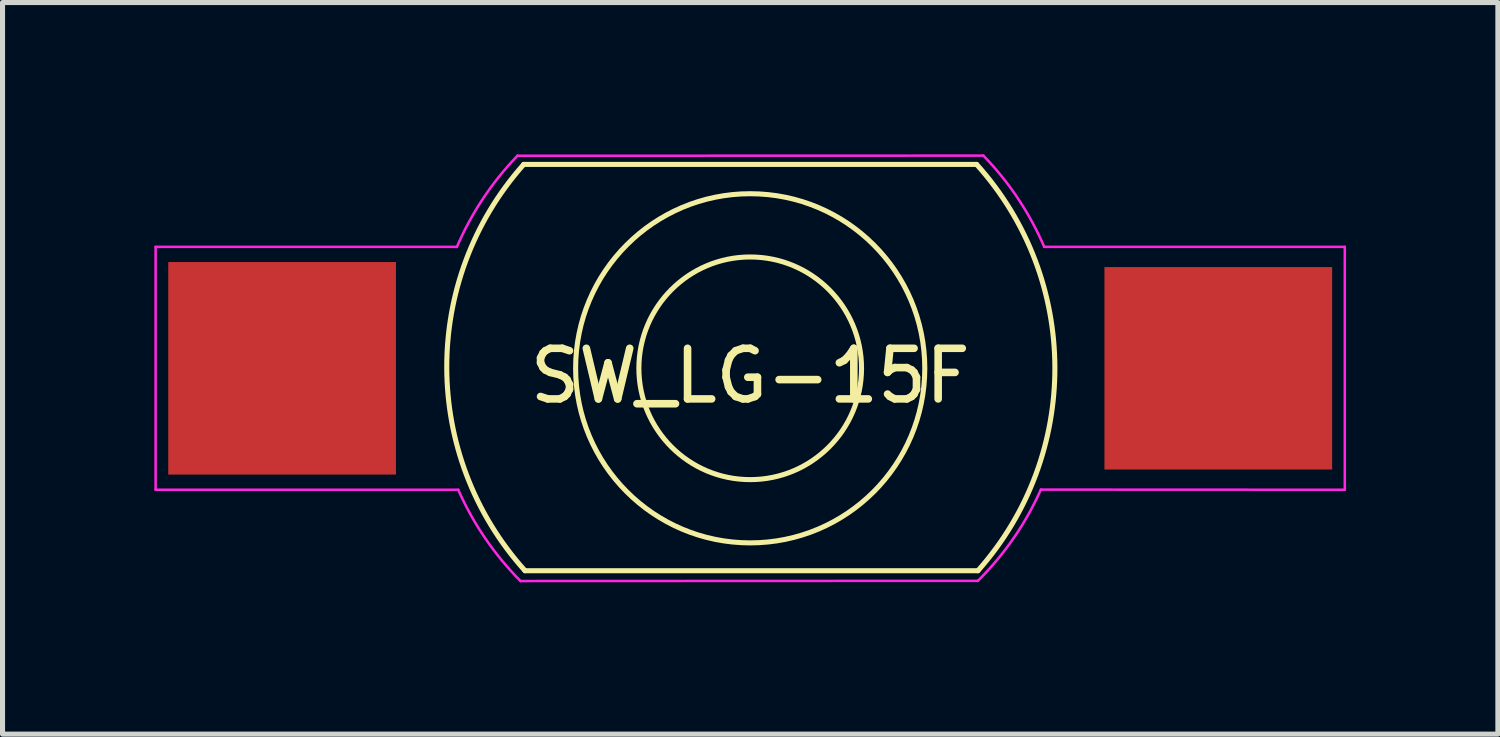
<source format=kicad_pcb>
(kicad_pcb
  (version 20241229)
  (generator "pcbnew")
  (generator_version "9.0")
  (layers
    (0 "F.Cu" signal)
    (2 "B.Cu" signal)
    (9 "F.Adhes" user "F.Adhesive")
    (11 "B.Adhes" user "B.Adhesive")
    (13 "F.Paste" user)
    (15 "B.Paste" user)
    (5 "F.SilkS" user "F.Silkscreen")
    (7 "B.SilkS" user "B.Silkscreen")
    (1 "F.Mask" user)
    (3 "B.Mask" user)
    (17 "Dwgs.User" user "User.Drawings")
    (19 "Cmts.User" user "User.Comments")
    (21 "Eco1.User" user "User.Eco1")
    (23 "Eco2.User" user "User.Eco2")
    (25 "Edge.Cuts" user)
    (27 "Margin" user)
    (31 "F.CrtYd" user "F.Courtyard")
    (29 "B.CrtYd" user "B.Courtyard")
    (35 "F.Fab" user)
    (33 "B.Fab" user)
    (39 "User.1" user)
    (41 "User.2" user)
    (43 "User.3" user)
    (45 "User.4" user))
  (footprint "SW_LG-15F"
    (layer "F.Cu")
    (at 11.775 4.228)
    (property "Reference" "SW_LG-15F" (at 0 0.15 180) (layer "F.SilkS") (effects (font (size 1 1) (thickness 0.15))))
    (attr through_hole)
    (fp_line (start -4.45 4) (end 4.5 4) (stroke (width 0.1) (type solid)) (layer "F.SilkS"))
    (fp_line (start 4.474 -4.029) (end -4.476 -4.029) (stroke (width 0.1) (type solid)) (layer "F.SilkS"))
    (fp_arc (start -4.45 4) (mid -5.996445 -0.009446) (end -4.475679 -4.028703) (stroke (width 0.1) (type solid)) (layer "F.SilkS"))
    (fp_arc (start 4.474321 -4.028703) (mid 6.020766 -0.019257) (end 4.5 4) (stroke (width 0.1) (type solid)) (layer "F.SilkS"))
    (fp_circle (center 0 0) (end 2.2 0) (stroke (width 0.1) (type solid)) (fill no) (layer "F.SilkS"))
    (fp_circle (center 0 0) (end 3.45 0) (stroke (width 0.1) (type solid)) (fill no) (layer "F.SilkS"))
    (fp_line (start -11.75 -2.4) (end -11.75 2.4) (stroke (width 0.05) (type solid)) (layer "F.CrtYd"))
    (fp_line (start -11.75 -2.4) (end -5.8 -2.4) (stroke (width 0.05) (type solid)) (layer "F.CrtYd"))
    (fp_line (start -11.75 2.4) (end -5.77 2.4) (stroke (width 0.05) (type solid)) (layer "F.CrtYd"))
    (fp_line (start -4.6 -4.2) (end 4.608 -4.203) (stroke (width 0.05) (type solid)) (layer "F.CrtYd"))
    (fp_line (start -4.539 4.204) (end 4.5 4.2) (stroke (width 0.05) (type solid)) (layer "F.CrtYd"))
    (fp_line (start 5.744 2.397) (end 11.75 2.4) (stroke (width 0.05) (type solid)) (layer "F.CrtYd"))
    (fp_line (start 5.81 -2.4) (end 11.75 -2.4) (stroke (width 0.05) (type solid)) (layer "F.CrtYd"))
    (fp_line (start 11.75 -2.4) (end 11.75 2.4) (stroke (width 0.05) (type solid)) (layer "F.CrtYd"))
    (fp_arc (start -5.79638 -2.398447) (mid -5.27989 -3.353479) (end -4.6 -4.2) (stroke (width 0.05) (type solid)) (layer "F.CrtYd"))
    (fp_arc (start -4.538565 4.204473) (mid -5.23697 3.358666) (end -5.77 2.4) (stroke (width 0.05) (type solid)) (layer "F.CrtYd"))
    (fp_arc (start 4.608306 -4.202628) (mid 5.291207 -3.356014) (end 5.81 -2.4) (stroke (width 0.05) (type solid)) (layer "F.CrtYd"))
    (fp_arc (start 5.743937 2.397298) (mid 5.205488 3.356281) (end 4.5 4.2) (stroke (width 0.05) (type solid)) (layer "F.CrtYd"))
    (pad "1" smd rect (at -9.25 0) (size 4.5 4.2) (layers "F.Cu" "F.Mask" "F.Paste"))
    (pad "2" smd rect (at 9.25 0) (size 4.5 4) (layers "F.Cu" "F.Mask" "F.Paste")))
  (gr_rect
    (start -3 -3)
    (end 26.55 11.457)
    (stroke (width 0.1) (type default))
    (fill no)
    (layer "Edge.Cuts")))
</source>
